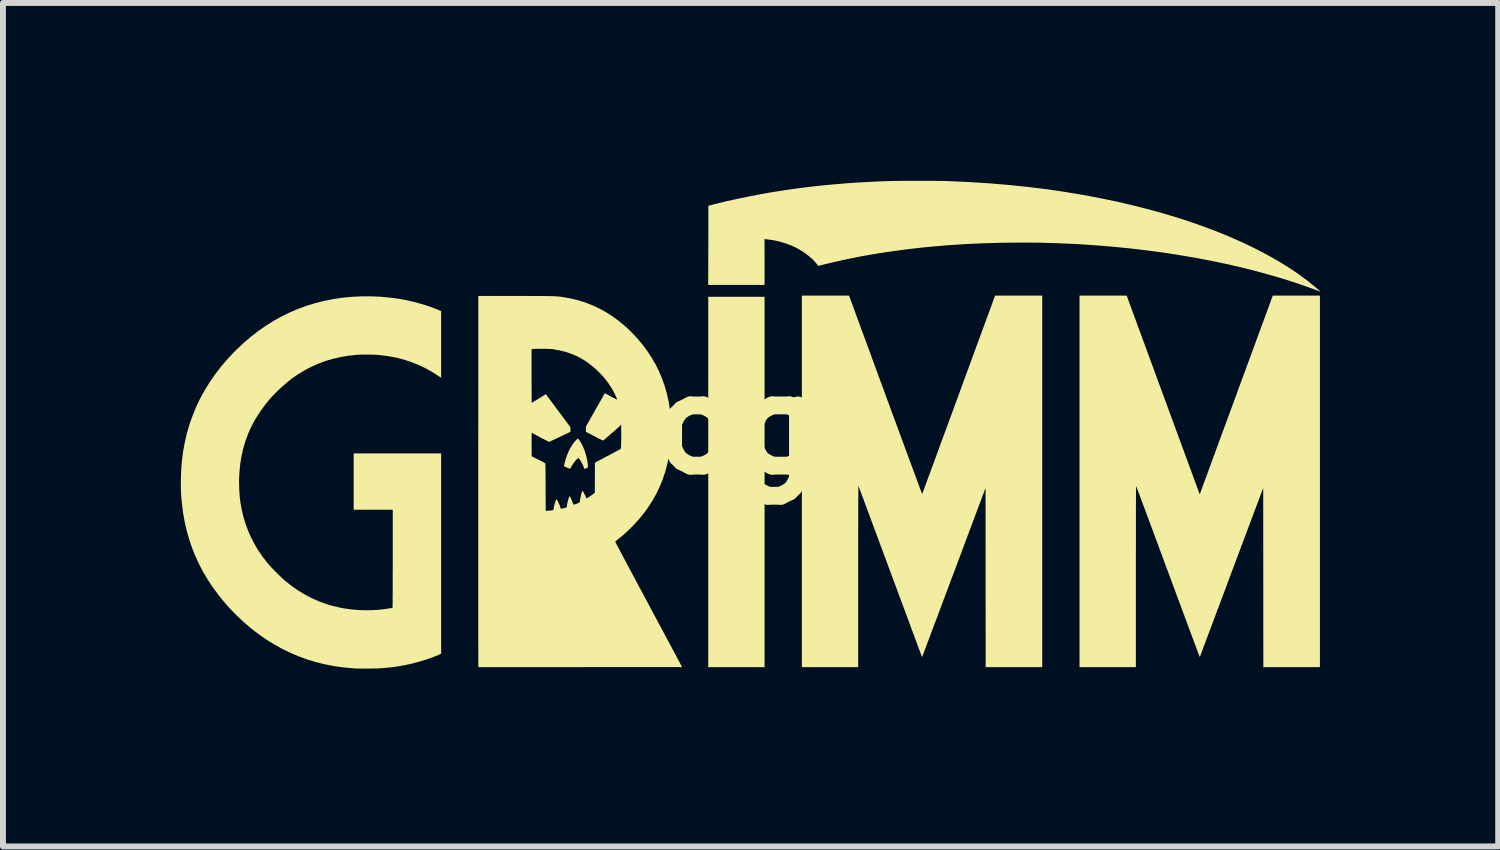
<source format=kicad_pcb>
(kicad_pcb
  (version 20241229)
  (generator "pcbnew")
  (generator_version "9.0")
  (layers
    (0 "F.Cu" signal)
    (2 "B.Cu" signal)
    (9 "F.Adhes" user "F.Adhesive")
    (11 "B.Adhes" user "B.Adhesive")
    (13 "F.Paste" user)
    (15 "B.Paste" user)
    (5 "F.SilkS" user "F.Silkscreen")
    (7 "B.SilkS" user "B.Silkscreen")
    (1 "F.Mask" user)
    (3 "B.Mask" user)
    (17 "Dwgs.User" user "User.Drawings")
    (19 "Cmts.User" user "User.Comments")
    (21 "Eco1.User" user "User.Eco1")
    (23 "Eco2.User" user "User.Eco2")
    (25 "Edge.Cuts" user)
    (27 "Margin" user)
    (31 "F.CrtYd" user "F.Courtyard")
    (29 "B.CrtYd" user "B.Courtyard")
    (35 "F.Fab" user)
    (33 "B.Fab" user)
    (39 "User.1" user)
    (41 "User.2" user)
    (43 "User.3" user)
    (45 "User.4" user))
  (footprint "logo"
    (layer "F.Cu")
    (at 9.682 4.114)
    (property "Reference" "logo" (at 0 0 0) (layer "F.SilkS") (effects (font (size 1.524 1.524) (thickness 0.3))))
    (attr board_only exclude_from_pos_files exclude_from_bom)
    (fp_poly (pts (xy 0.163 4.088) (xy -0.787 4.088) (xy -0.787 -2.158) (xy 0.163 -2.158)) (stroke (width 0) (type solid)) (fill yes) (layer "F.SilkS"))
    (fp_poly (pts (xy -2.979 0.237) (xy -2.97 0.247) (xy -2.958 0.263) (xy -2.945 0.284) (xy -2.931 0.308) (xy -2.917 0.334) (xy -2.903 0.363) (xy -2.89 0.391) (xy -2.88 0.415) (xy -2.866 0.454) (xy -2.853 0.496) (xy -2.841 0.541) (xy -2.831 0.586) (xy -2.824 0.628) (xy -2.819 0.667) (xy -2.817 0.701) (xy -2.817 0.703) (xy -2.817 0.712) (xy -2.819 0.719) (xy -2.824 0.724) (xy -2.834 0.729) (xy -2.85 0.736) (xy -2.853 0.737) (xy -2.874 0.745) (xy -2.883 0.725) (xy -2.888 0.713) (xy -2.891 0.704) (xy -2.892 0.702) (xy -2.894 0.694) (xy -2.9 0.682) (xy -2.908 0.665) (xy -2.919 0.645) (xy -2.93 0.625) (xy -2.942 0.606) (xy -2.953 0.588) (xy -2.963 0.574) (xy -2.97 0.565) (xy -2.972 0.563) (xy -2.979 0.563) (xy -2.989 0.569) (xy -3.002 0.58) (xy -3.018 0.595) (xy -3.034 0.615) (xy -3.051 0.637) (xy -3.068 0.661) (xy -3.084 0.686) (xy -3.087 0.691) (xy -3.095 0.705) (xy -3.101 0.717) (xy -3.104 0.724) (xy -3.104 0.725) (xy -3.107 0.73) (xy -3.112 0.735) (xy -3.116 0.738) (xy -3.12 0.74) (xy -3.126 0.739) (xy -3.136 0.736) (xy -3.15 0.73) (xy -3.169 0.723) (xy -3.187 0.715) (xy -3.203 0.708) (xy -3.214 0.703) (xy -3.219 0.7) (xy -3.219 0.7) (xy -3.219 0.693) (xy -3.217 0.681) (xy -3.214 0.662) (xy -3.208 0.64) (xy -3.202 0.616) (xy -3.194 0.59) (xy -3.186 0.563) (xy -3.183 0.553) (xy -3.154 0.476) (xy -3.119 0.403) (xy -3.079 0.336) (xy -3.057 0.305) (xy -3.046 0.291) (xy -3.033 0.275) (xy -3.019 0.261) (xy -3.006 0.248) (xy -2.995 0.239) (xy -2.987 0.234) (xy -2.986 0.233)) (stroke (width 0) (type solid)) (fill yes) (layer "F.SilkS"))
    (fp_poly (pts (xy 2.788 -4.114) (xy 2.856 -4.114) (xy 2.923 -4.114) (xy 2.988 -4.114) (xy 3.05 -4.113) (xy 3.107 -4.112) (xy 3.16 -4.112) (xy 3.207 -4.111) (xy 3.247 -4.11) (xy 3.267 -4.109) (xy 3.605 -4.094) (xy 3.938 -4.073) (xy 4.267 -4.046) (xy 4.59 -4.013) (xy 4.909 -3.974) (xy 5.224 -3.928) (xy 5.535 -3.876) (xy 5.646 -3.856) (xy 5.887 -3.809) (xy 6.125 -3.759) (xy 6.357 -3.705) (xy 6.585 -3.647) (xy 6.808 -3.587) (xy 7.026 -3.523) (xy 7.238 -3.457) (xy 7.445 -3.387) (xy 7.646 -3.314) (xy 7.841 -3.239) (xy 8.03 -3.161) (xy 8.213 -3.08) (xy 8.389 -2.996) (xy 8.558 -2.91) (xy 8.721 -2.822) (xy 8.877 -2.731) (xy 9.025 -2.638) (xy 9.166 -2.542) (xy 9.299 -2.445) (xy 9.424 -2.345) (xy 9.462 -2.313) (xy 9.486 -2.292) (xy 9.505 -2.276) (xy 9.518 -2.265) (xy 9.528 -2.256) (xy 9.533 -2.251) (xy 9.536 -2.248) (xy 9.537 -2.246) (xy 9.535 -2.246) (xy 9.535 -2.246) (xy 9.529 -2.247) (xy 9.529 -2.248) (xy 9.524 -2.25) (xy 9.513 -2.254) (xy 9.496 -2.261) (xy 9.475 -2.269) (xy 9.449 -2.278) (xy 9.42 -2.289) (xy 9.414 -2.291) (xy 9.19 -2.37) (xy 8.96 -2.446) (xy 8.722 -2.517) (xy 8.479 -2.584) (xy 8.229 -2.648) (xy 7.974 -2.707) (xy 7.713 -2.762) (xy 7.447 -2.813) (xy 7.177 -2.859) (xy 6.903 -2.902) (xy 6.624 -2.939) (xy 6.342 -2.973) (xy 6.057 -3.001) (xy 5.769 -3.025) (xy 5.479 -3.045) (xy 5.425 -3.048) (xy 5.109 -3.062) (xy 4.792 -3.071) (xy 4.475 -3.073) (xy 4.161 -3.07) (xy 3.848 -3.061) (xy 3.538 -3.047) (xy 3.232 -3.026) (xy 2.931 -3) (xy 2.75 -2.981) (xy 2.651 -2.97) (xy 2.549 -2.957) (xy 2.446 -2.944) (xy 2.342 -2.929) (xy 2.239 -2.915) (xy 2.138 -2.899) (xy 2.041 -2.884) (xy 1.948 -2.869) (xy 1.861 -2.853) (xy 1.787 -2.84) (xy 1.631 -2.809) (xy 1.485 -2.778) (xy 1.346 -2.747) (xy 1.215 -2.716) (xy 1.177 -2.707) (xy 1.069 -2.68) (xy 1.06 -2.691) (xy 1.046 -2.708) (xy 1.028 -2.73) (xy 1.008 -2.752) (xy 0.988 -2.775) (xy 0.969 -2.794) (xy 0.953 -2.809) (xy 0.876 -2.872) (xy 0.794 -2.929) (xy 0.708 -2.979) (xy 0.616 -3.023) (xy 0.52 -3.059) (xy 0.42 -3.089) (xy 0.316 -3.112) (xy 0.208 -3.127) (xy 0.178 -3.13) (xy 0.162 -3.132) (xy 0.163 -2.745) (xy 0.163 -2.358) (xy -0.788 -2.358) (xy -0.786 -3.026) (xy -0.785 -3.693) (xy -0.725 -3.709) (xy -0.612 -3.738) (xy -0.492 -3.767) (xy -0.366 -3.795) (xy -0.236 -3.823) (xy -0.102 -3.85) (xy 0.033 -3.877) (xy 0.169 -3.902) (xy 0.305 -3.925) (xy 0.439 -3.946) (xy 0.558 -3.964) (xy 0.727 -3.988) (xy 0.893 -4.009) (xy 1.059 -4.028) (xy 1.226 -4.045) (xy 1.394 -4.06) (xy 1.565 -4.074) (xy 1.741 -4.086) (xy 1.922 -4.096) (xy 2.109 -4.105) (xy 2.223 -4.109) (xy 2.256 -4.11) (xy 2.298 -4.111) (xy 2.345 -4.112) (xy 2.398 -4.113) (xy 2.456 -4.113) (xy 2.518 -4.114) (xy 2.584 -4.114) (xy 2.651 -4.114) (xy 2.719 -4.114)) (stroke (width 0) (type solid)) (fill yes) (layer "F.SilkS"))
    (fp_poly (pts (xy 1.593 -2.164) (xy 1.595 -2.159) (xy 1.599 -2.146) (xy 1.607 -2.126) (xy 1.616 -2.099) (xy 1.629 -2.066) (xy 1.644 -2.026) (xy 1.661 -1.979) (xy 1.68 -1.927) (xy 1.701 -1.868) (xy 1.725 -1.805) (xy 1.75 -1.736) (xy 1.777 -1.662) (xy 1.806 -1.583) (xy 1.837 -1.5) (xy 1.869 -1.412) (xy 1.903 -1.321) (xy 1.938 -1.226) (xy 1.974 -1.127) (xy 2.011 -1.025) (xy 2.05 -0.921) (xy 2.089 -0.813) (xy 2.129 -0.704) (xy 2.171 -0.592) (xy 2.208 -0.488) (xy 2.25 -0.375) (xy 2.291 -0.263) (xy 2.331 -0.154) (xy 2.371 -0.048) (xy 2.409 0.056) (xy 2.446 0.157) (xy 2.482 0.255) (xy 2.517 0.349) (xy 2.55 0.439) (xy 2.582 0.526) (xy 2.612 0.608) (xy 2.641 0.685) (xy 2.668 0.758) (xy 2.693 0.825) (xy 2.716 0.888) (xy 2.737 0.944) (xy 2.756 0.995) (xy 2.772 1.04) (xy 2.787 1.079) (xy 2.799 1.111) (xy 2.808 1.136) (xy 2.815 1.154) (xy 2.819 1.165) (xy 2.821 1.168) (xy 2.822 1.164) (xy 2.827 1.152) (xy 2.834 1.133) (xy 2.844 1.107) (xy 2.856 1.074) (xy 2.87 1.035) (xy 2.887 0.989) (xy 2.906 0.937) (xy 2.927 0.88) (xy 2.951 0.817) (xy 2.976 0.748) (xy 3.003 0.675) (xy 3.032 0.597) (xy 3.062 0.514) (xy 3.094 0.427) (xy 3.127 0.336) (xy 3.162 0.242) (xy 3.198 0.143) (xy 3.236 0.042) (xy 3.274 -0.063) (xy 3.314 -0.17) (xy 3.354 -0.28) (xy 3.395 -0.392) (xy 3.437 -0.505) (xy 3.437 -0.507) (xy 4.051 -2.179) (xy 4.846 -2.179) (xy 4.846 4.088) (xy 3.892 4.088) (xy 3.891 2.576) (xy 3.89 1.065) (xy 3.357 2.488) (xy 3.317 2.593) (xy 3.279 2.696) (xy 3.241 2.796) (xy 3.204 2.895) (xy 3.169 2.99) (xy 3.134 3.082) (xy 3.101 3.171) (xy 3.069 3.256) (xy 3.038 3.338) (xy 3.009 3.415) (xy 2.982 3.487) (xy 2.956 3.555) (xy 2.933 3.618) (xy 2.911 3.676) (xy 2.891 3.728) (xy 2.874 3.774) (xy 2.859 3.814) (xy 2.846 3.848) (xy 2.836 3.875) (xy 2.828 3.895) (xy 2.823 3.908) (xy 2.821 3.914) (xy 2.821 3.914) (xy 2.817 3.913) (xy 2.814 3.906) (xy 2.814 3.906) (xy 2.811 3.897) (xy 2.805 3.882) (xy 2.797 3.86) (xy 2.786 3.831) (xy 2.773 3.796) (xy 2.758 3.754) (xy 2.74 3.707) (xy 2.721 3.655) (xy 2.7 3.598) (xy 2.677 3.536) (xy 2.652 3.47) (xy 2.626 3.4) (xy 2.599 3.326) (xy 2.57 3.249) (xy 2.541 3.169) (xy 2.51 3.087) (xy 2.479 3.002) (xy 2.446 2.915) (xy 2.413 2.826) (xy 2.38 2.736) (xy 2.346 2.645) (xy 2.312 2.554) (xy 2.278 2.462) (xy 2.244 2.37) (xy 2.21 2.278) (xy 2.176 2.188) (xy 2.143 2.098) (xy 2.11 2.01) (xy 2.078 1.923) (xy 2.047 1.838) (xy 2.016 1.756) (xy 1.986 1.676) (xy 1.958 1.6) (xy 1.931 1.526) (xy 1.905 1.457) (xy 1.88 1.391) (xy 1.858 1.33) (xy 1.837 1.273) (xy 1.818 1.222) (xy 1.8 1.176) (xy 1.785 1.135) (xy 1.772 1.101) (xy 1.762 1.073) (xy 1.754 1.051) (xy 1.749 1.037) (xy 1.746 1.03) (xy 1.746 1.029) (xy 1.745 1.033) (xy 1.745 1.045) (xy 1.745 1.064) (xy 1.744 1.091) (xy 1.744 1.126) (xy 1.744 1.168) (xy 1.744 1.216) (xy 1.743 1.271) (xy 1.743 1.333) (xy 1.743 1.401) (xy 1.743 1.475) (xy 1.743 1.554) (xy 1.743 1.639) (xy 1.742 1.729) (xy 1.742 1.824) (xy 1.742 1.924) (xy 1.742 2.028) (xy 1.742 2.137) (xy 1.742 2.249) (xy 1.742 2.366) (xy 1.742 2.486) (xy 1.742 2.555) (xy 1.742 4.088) (xy 0.792 4.088) (xy 0.792 -2.179) (xy 1.587 -2.179)) (stroke (width 0) (type solid)) (fill yes) (layer "F.SilkS"))
    (fp_poly (pts (xy 6.283 -2.145) (xy 6.287 -2.134) (xy 6.293 -2.116) (xy 6.302 -2.091) (xy 6.314 -2.059) (xy 6.328 -2.021) (xy 6.344 -1.977) (xy 6.362 -1.927) (xy 6.383 -1.872) (xy 6.405 -1.812) (xy 6.429 -1.747) (xy 6.454 -1.677) (xy 6.481 -1.604) (xy 6.509 -1.527) (xy 6.539 -1.446) (xy 6.57 -1.362) (xy 6.602 -1.275) (xy 6.635 -1.186) (xy 6.668 -1.094) (xy 6.703 -1.001) (xy 6.738 -0.905) (xy 6.773 -0.809) (xy 6.809 -0.711) (xy 6.845 -0.613) (xy 6.881 -0.515) (xy 6.918 -0.416) (xy 6.954 -0.318) (xy 6.99 -0.22) (xy 7.025 -0.123) (xy 7.061 -0.027) (xy 7.095 0.067) (xy 7.129 0.16) (xy 7.163 0.25) (xy 7.195 0.338) (xy 7.226 0.423) (xy 7.256 0.505) (xy 7.285 0.584) (xy 7.313 0.659) (xy 7.339 0.73) (xy 7.364 0.797) (xy 7.386 0.859) (xy 7.407 0.916) (xy 7.426 0.968) (xy 7.444 1.014) (xy 7.458 1.055) (xy 7.471 1.089) (xy 7.481 1.117) (xy 7.489 1.138) (xy 7.494 1.151) (xy 7.497 1.158) (xy 7.497 1.158) (xy 7.503 1.173) (xy 7.507 1.16) (xy 7.509 1.156) (xy 7.513 1.143) (xy 7.521 1.124) (xy 7.53 1.097) (xy 7.543 1.064) (xy 7.557 1.024) (xy 7.574 0.977) (xy 7.594 0.925) (xy 7.615 0.867) (xy 7.638 0.804) (xy 7.663 0.735) (xy 7.691 0.661) (xy 7.719 0.582) (xy 7.75 0.499) (xy 7.782 0.412) (xy 7.815 0.321) (xy 7.85 0.226) (xy 7.886 0.128) (xy 7.924 0.026) (xy 7.962 -0.078) (xy 8.002 -0.185) (xy 8.042 -0.295) (xy 8.083 -0.406) (xy 8.119 -0.504) (xy 8.16 -0.618) (xy 8.201 -0.729) (xy 8.242 -0.838) (xy 8.281 -0.945) (xy 8.319 -1.049) (xy 8.356 -1.15) (xy 8.392 -1.248) (xy 8.427 -1.342) (xy 8.46 -1.433) (xy 8.492 -1.519) (xy 8.522 -1.602) (xy 8.551 -1.68) (xy 8.578 -1.753) (xy 8.603 -1.821) (xy 8.626 -1.883) (xy 8.647 -1.941) (xy 8.666 -1.992) (xy 8.682 -2.037) (xy 8.697 -2.076) (xy 8.708 -2.109) (xy 8.718 -2.134) (xy 8.725 -2.153) (xy 8.729 -2.164) (xy 8.73 -2.168) (xy 8.734 -2.179) (xy 9.529 -2.179) (xy 9.529 4.088) (xy 8.575 4.088) (xy 8.574 2.576) (xy 8.573 1.065) (xy 8.05 2.458) (xy 8.011 2.563) (xy 7.973 2.665) (xy 7.936 2.765) (xy 7.899 2.863) (xy 7.863 2.958) (xy 7.829 3.05) (xy 7.795 3.139) (xy 7.763 3.224) (xy 7.733 3.306) (xy 7.704 3.383) (xy 7.677 3.456) (xy 7.651 3.524) (xy 7.627 3.587) (xy 7.606 3.645) (xy 7.586 3.698) (xy 7.568 3.744) (xy 7.553 3.785) (xy 7.54 3.819) (xy 7.53 3.846) (xy 7.523 3.866) (xy 7.518 3.88) (xy 7.516 3.885) (xy 7.509 3.902) (xy 7.504 3.911) (xy 7.5 3.913) (xy 7.5 3.912) (xy 7.498 3.908) (xy 7.494 3.896) (xy 7.486 3.877) (xy 7.477 3.85) (xy 7.464 3.818) (xy 7.45 3.778) (xy 7.433 3.733) (xy 7.414 3.682) (xy 7.393 3.625) (xy 7.369 3.563) (xy 7.344 3.495) (xy 7.318 3.423) (xy 7.289 3.347) (xy 7.259 3.266) (xy 7.228 3.181) (xy 7.195 3.092) (xy 7.161 3) (xy 7.125 2.905) (xy 7.089 2.807) (xy 7.052 2.707) (xy 7.014 2.604) (xy 6.975 2.499) (xy 6.967 2.477) (xy 6.927 2.372) (xy 6.889 2.268) (xy 6.852 2.167) (xy 6.815 2.068) (xy 6.779 1.972) (xy 6.745 1.88) (xy 6.712 1.79) (xy 6.68 1.704) (xy 6.649 1.622) (xy 6.621 1.544) (xy 6.593 1.471) (xy 6.568 1.402) (xy 6.544 1.339) (xy 6.522 1.28) (xy 6.503 1.227) (xy 6.485 1.18) (xy 6.47 1.139) (xy 6.457 1.105) (xy 6.447 1.077) (xy 6.439 1.056) (xy 6.434 1.042) (xy 6.431 1.036) (xy 6.431 1.035) (xy 6.431 1.035) (xy 6.43 1.038) (xy 6.43 1.043) (xy 6.429 1.051) (xy 6.429 1.062) (xy 6.429 1.076) (xy 6.428 1.094) (xy 6.428 1.116) (xy 6.428 1.142) (xy 6.427 1.172) (xy 6.427 1.207) (xy 6.427 1.246) (xy 6.427 1.29) (xy 6.427 1.339) (xy 6.426 1.394) (xy 6.426 1.454) (xy 6.426 1.52) (xy 6.426 1.593) (xy 6.426 1.671) (xy 6.426 1.756) (xy 6.426 1.848) (xy 6.426 1.947) (xy 6.426 2.053) (xy 6.425 2.166) (xy 6.425 2.287) (xy 6.425 2.416) (xy 6.425 2.553) (xy 6.425 2.555) (xy 6.425 4.088) (xy 5.475 4.088) (xy 5.475 -2.179) (xy 6.27 -2.179)) (stroke (width 0) (type solid)) (fill yes) (layer "F.SilkS"))
    (fp_poly (pts (xy -6.307 -2.159) (xy -6.142 -2.143) (xy -6.077 -2.135) (xy -5.975 -2.12) (xy -5.872 -2.1) (xy -5.768 -2.076) (xy -5.664 -2.049) (xy -5.563 -2.019) (xy -5.467 -1.987) (xy -5.375 -1.952) (xy -5.311 -1.925) (xy -5.292 -1.916) (xy -5.292 -0.791) (xy -5.303 -0.799) (xy -5.348 -0.829) (xy -5.388 -0.855) (xy -5.423 -0.877) (xy -5.456 -0.898) (xy -5.487 -0.916) (xy -5.518 -0.933) (xy -5.55 -0.95) (xy -5.582 -0.966) (xy -5.698 -1.019) (xy -5.816 -1.065) (xy -5.937 -1.104) (xy -6.062 -1.135) (xy -6.19 -1.158) (xy -6.323 -1.175) (xy -6.368 -1.179) (xy -6.393 -1.181) (xy -6.424 -1.182) (xy -6.46 -1.183) (xy -6.499 -1.183) (xy -6.541 -1.183) (xy -6.582 -1.183) (xy -6.622 -1.183) (xy -6.659 -1.182) (xy -6.691 -1.181) (xy -6.716 -1.179) (xy -6.719 -1.179) (xy -6.855 -1.165) (xy -6.987 -1.142) (xy -7.115 -1.113) (xy -7.24 -1.076) (xy -7.361 -1.031) (xy -7.479 -0.979) (xy -7.593 -0.92) (xy -7.703 -0.853) (xy -7.81 -0.779) (xy -7.815 -0.775) (xy -7.867 -0.734) (xy -7.922 -0.688) (xy -7.978 -0.638) (xy -8.034 -0.587) (xy -8.087 -0.535) (xy -8.137 -0.483) (xy -8.181 -0.434) (xy -8.191 -0.423) (xy -8.268 -0.327) (xy -8.34 -0.228) (xy -8.406 -0.126) (xy -8.465 -0.023) (xy -8.516 0.081) (xy -8.55 0.159) (xy -8.594 0.279) (xy -8.63 0.402) (xy -8.659 0.528) (xy -8.68 0.657) (xy -8.693 0.789) (xy -8.7 0.924) (xy -8.7 0.971) (xy -8.697 1.093) (xy -8.689 1.211) (xy -8.675 1.324) (xy -8.655 1.435) (xy -8.629 1.544) (xy -8.596 1.653) (xy -8.592 1.667) (xy -8.549 1.784) (xy -8.499 1.897) (xy -8.443 2.006) (xy -8.38 2.113) (xy -8.309 2.217) (xy -8.231 2.319) (xy -8.205 2.35) (xy -8.185 2.372) (xy -8.161 2.399) (xy -8.133 2.429) (xy -8.102 2.461) (xy -8.069 2.494) (xy -8.036 2.526) (xy -8.004 2.557) (xy -7.974 2.586) (xy -7.946 2.612) (xy -7.923 2.632) (xy -7.917 2.637) (xy -7.811 2.721) (xy -7.702 2.796) (xy -7.591 2.863) (xy -7.478 2.923) (xy -7.361 2.975) (xy -7.242 3.019) (xy -7.119 3.056) (xy -6.993 3.085) (xy -6.927 3.097) (xy -6.813 3.113) (xy -6.697 3.124) (xy -6.58 3.128) (xy -6.463 3.127) (xy -6.348 3.121) (xy -6.237 3.108) (xy -6.16 3.096) (xy -6.142 3.093) (xy -6.126 3.09) (xy -6.115 3.088) (xy -6.111 3.088) (xy -6.111 3.083) (xy -6.111 3.071) (xy -6.111 3.052) (xy -6.11 3.025) (xy -6.11 2.992) (xy -6.11 2.952) (xy -6.11 2.906) (xy -6.109 2.855) (xy -6.109 2.798) (xy -6.109 2.737) (xy -6.109 2.671) (xy -6.109 2.602) (xy -6.109 2.528) (xy -6.108 2.452) (xy -6.108 2.373) (xy -6.108 2.291) (xy -6.108 2.26) (xy -6.108 1.433) (xy -6.767 1.433) (xy -6.767 0.483) (xy -5.292 0.483) (xy -5.292 3.861) (xy -5.324 3.876) (xy -5.355 3.89) (xy -5.39 3.904) (xy -5.429 3.919) (xy -5.474 3.935) (xy -5.525 3.953) (xy -5.535 3.956) (xy -5.663 3.996) (xy -5.791 4.03) (xy -5.92 4.057) (xy -6.053 4.08) (xy -6.189 4.096) (xy -6.331 4.108) (xy -6.331 4.108) (xy -6.348 4.109) (xy -6.372 4.11) (xy -6.402 4.11) (xy -6.435 4.111) (xy -6.472 4.111) (xy -6.511 4.112) (xy -6.55 4.112) (xy -6.589 4.112) (xy -6.625 4.112) (xy -6.659 4.111) (xy -6.689 4.111) (xy -6.713 4.111) (xy -6.73 4.11) (xy -6.733 4.11) (xy -6.799 4.105) (xy -6.858 4.1) (xy -6.912 4.095) (xy -6.962 4.089) (xy -7.011 4.083) (xy -7.059 4.076) (xy -7.092 4.071) (xy -7.247 4.041) (xy -7.399 4.004) (xy -7.548 3.959) (xy -7.693 3.906) (xy -7.836 3.846) (xy -7.975 3.778) (xy -8.112 3.702) (xy -8.245 3.619) (xy -8.26 3.609) (xy -8.384 3.522) (xy -8.506 3.427) (xy -8.624 3.325) (xy -8.738 3.219) (xy -8.847 3.107) (xy -8.951 2.99) (xy -9.048 2.87) (xy -9.139 2.747) (xy -9.222 2.622) (xy -9.231 2.608) (xy -9.308 2.478) (xy -9.377 2.345) (xy -9.44 2.21) (xy -9.494 2.072) (xy -9.542 1.931) (xy -9.583 1.787) (xy -9.617 1.639) (xy -9.644 1.487) (xy -9.664 1.33) (xy -9.676 1.202) (xy -9.679 1.148) (xy -9.681 1.087) (xy -9.682 1.021) (xy -9.681 0.952) (xy -9.68 0.881) (xy -9.678 0.81) (xy -9.674 0.741) (xy -9.67 0.676) (xy -9.665 0.616) (xy -9.664 0.613) (xy -9.644 0.454) (xy -9.616 0.298) (xy -9.58 0.145) (xy -9.537 -0.005) (xy -9.485 -0.151) (xy -9.426 -0.295) (xy -9.36 -0.436) (xy -9.285 -0.573) (xy -9.203 -0.707) (xy -9.113 -0.838) (xy -9.016 -0.966) (xy -8.911 -1.09) (xy -8.799 -1.211) (xy -8.741 -1.269) (xy -8.621 -1.382) (xy -8.498 -1.487) (xy -8.372 -1.584) (xy -8.243 -1.674) (xy -8.111 -1.756) (xy -7.977 -1.83) (xy -7.839 -1.897) (xy -7.698 -1.957) (xy -7.567 -2.005) (xy -7.418 -2.051) (xy -7.267 -2.089) (xy -7.112 -2.119) (xy -6.955 -2.143) (xy -6.795 -2.158) (xy -6.634 -2.166) (xy -6.471 -2.166)) (stroke (width 0) (type solid)) (fill yes) (layer "F.SilkS"))
    (fp_poly (pts (xy -4.037 -2.173) (xy -3.95 -2.173) (xy -3.871 -2.173) (xy -3.799 -2.172) (xy -3.734 -2.172) (xy -3.675 -2.172) (xy -3.622 -2.172) (xy -3.576 -2.172) (xy -3.534 -2.171) (xy -3.496 -2.171) (xy -3.463 -2.17) (xy -3.434 -2.17) (xy -3.408 -2.169) (xy -3.385 -2.168) (xy -3.364 -2.167) (xy -3.345 -2.166) (xy -3.328 -2.164) (xy -3.311 -2.163) (xy -3.295 -2.161) (xy -3.279 -2.159) (xy -3.263 -2.157) (xy -3.246 -2.154) (xy -3.229 -2.152) (xy -3.102 -2.129) (xy -2.978 -2.099) (xy -2.858 -2.061) (xy -2.741 -2.015) (xy -2.627 -1.962) (xy -2.516 -1.902) (xy -2.408 -1.833) (xy -2.303 -1.757) (xy -2.201 -1.673) (xy -2.102 -1.581) (xy -2.088 -1.567) (xy -1.99 -1.464) (xy -1.901 -1.359) (xy -1.819 -1.25) (xy -1.745 -1.138) (xy -1.678 -1.023) (xy -1.619 -0.904) (xy -1.567 -0.781) (xy -1.522 -0.655) (xy -1.485 -0.525) (xy -1.455 -0.39) (xy -1.432 -0.251) (xy -1.423 -0.173) (xy -1.42 -0.146) (xy -1.418 -0.112) (xy -1.417 -0.073) (xy -1.415 -0.029) (xy -1.414 0.016) (xy -1.413 0.063) (xy -1.413 0.108) (xy -1.413 0.152) (xy -1.414 0.192) (xy -1.415 0.227) (xy -1.416 0.252) (xy -1.43 0.394) (xy -1.45 0.532) (xy -1.478 0.665) (xy -1.513 0.795) (xy -1.556 0.922) (xy -1.606 1.044) (xy -1.663 1.164) (xy -1.728 1.28) (xy -1.8 1.392) (xy -1.858 1.473) (xy -1.921 1.552) (xy -1.989 1.631) (xy -2.061 1.708) (xy -2.137 1.783) (xy -2.213 1.852) (xy -2.289 1.916) (xy -2.317 1.937) (xy -2.332 1.95) (xy -2.345 1.961) (xy -2.353 1.969) (xy -2.356 1.973) (xy -2.354 1.978) (xy -2.348 1.989) (xy -2.339 2.007) (xy -2.326 2.031) (xy -2.309 2.062) (xy -2.29 2.098) (xy -2.268 2.14) (xy -2.243 2.187) (xy -2.215 2.24) (xy -2.184 2.297) (xy -2.152 2.358) (xy -2.117 2.424) (xy -2.08 2.493) (xy -2.041 2.566) (xy -2 2.642) (xy -1.958 2.722) (xy -1.914 2.803) (xy -1.869 2.888) (xy -1.823 2.974) (xy -1.792 3.031) (xy -1.745 3.119) (xy -1.7 3.204) (xy -1.655 3.288) (xy -1.612 3.368) (xy -1.57 3.446) (xy -1.53 3.521) (xy -1.492 3.593) (xy -1.455 3.661) (xy -1.421 3.725) (xy -1.389 3.785) (xy -1.36 3.84) (xy -1.333 3.89) (xy -1.309 3.936) (xy -1.287 3.976) (xy -1.269 4.01) (xy -1.254 4.038) (xy -1.243 4.06) (xy -1.234 4.075) (xy -1.23 4.084) (xy -1.229 4.085) (xy -1.233 4.086) (xy -1.245 4.086) (xy -1.265 4.086) (xy -1.293 4.086) (xy -1.328 4.086) (xy -1.369 4.086) (xy -1.418 4.086) (xy -1.472 4.086) (xy -1.533 4.087) (xy -1.6 4.087) (xy -1.672 4.087) (xy -1.75 4.087) (xy -1.833 4.087) (xy -1.92 4.087) (xy -2.012 4.087) (xy -2.108 4.087) (xy -2.208 4.087) (xy -2.312 4.087) (xy -2.419 4.087) (xy -2.529 4.087) (xy -2.642 4.087) (xy -2.758 4.087) (xy -2.876 4.087) (xy -2.946 4.088) (xy -4.662 4.088) (xy -4.664 4.066) (xy -4.665 4.06) (xy -4.665 4.047) (xy -4.665 4.026) (xy -4.665 3.997) (xy -4.665 3.96) (xy -4.665 3.916) (xy -4.665 3.865) (xy -4.665 3.807) (xy -4.665 3.743) (xy -4.666 3.672) (xy -4.666 3.595) (xy -4.666 3.511) (xy -4.666 3.422) (xy -4.666 3.327) (xy -4.666 3.227) (xy -4.666 3.121) (xy -4.666 3.011) (xy -4.666 2.896) (xy -4.666 2.776) (xy -4.666 2.651) (xy -4.666 2.522) (xy -4.666 2.39) (xy -4.666 2.253) (xy -4.666 2.113) (xy -4.666 1.97) (xy -4.666 1.823) (xy -4.666 1.674) (xy -4.666 1.521) (xy -4.666 1.366) (xy -4.666 1.209) (xy -4.666 1.05) (xy -4.666 0.935) (xy -4.665 -0.823) (xy -3.767 -0.823) (xy -3.767 -0.762) (xy -3.767 -0.704) (xy -3.766 -0.649) (xy -3.766 -0.597) (xy -3.766 -0.549) (xy -3.766 -0.506) (xy -3.765 -0.467) (xy -3.765 -0.435) (xy -3.765 -0.408) (xy -3.764 -0.388) (xy -3.764 -0.376) (xy -3.763 -0.371) (xy -3.763 -0.371) (xy -3.759 -0.373) (xy -3.748 -0.379) (xy -3.733 -0.388) (xy -3.714 -0.4) (xy -3.692 -0.413) (xy -3.681 -0.42) (xy -3.655 -0.436) (xy -3.629 -0.452) (xy -3.604 -0.468) (xy -3.583 -0.481) (xy -3.566 -0.491) (xy -3.564 -0.493) (xy -3.526 -0.516) (xy -3.319 -0.238) (xy -3.112 0.04) (xy -3.112 0.12) (xy -3.289 0.204) (xy -3.324 0.221) (xy -3.358 0.236) (xy -3.389 0.251) (xy -3.416 0.263) (xy -3.439 0.274) (xy -3.456 0.281) (xy -3.468 0.286) (xy -3.472 0.288) (xy -3.477 0.286) (xy -3.489 0.28) (xy -3.505 0.272) (xy -3.526 0.261) (xy -3.55 0.249) (xy -3.577 0.235) (xy -3.605 0.221) (xy -3.633 0.206) (xy -3.66 0.191) (xy -3.685 0.178) (xy -3.707 0.165) (xy -3.726 0.155) (xy -3.74 0.147) (xy -3.746 0.143) (xy -3.756 0.137) (xy -3.763 0.134) (xy -3.764 0.133) (xy -3.764 0.137) (xy -3.765 0.149) (xy -3.765 0.167) (xy -3.766 0.191) (xy -3.766 0.221) (xy -3.766 0.254) (xy -3.766 0.291) (xy -3.766 0.331) (xy -3.766 0.332) (xy -3.765 0.531) (xy -3.653 0.588) (xy -3.623 0.602) (xy -3.597 0.616) (xy -3.574 0.629) (xy -3.556 0.639) (xy -3.543 0.647) (xy -3.537 0.652) (xy -3.536 0.652) (xy -3.535 0.656) (xy -3.534 0.664) (xy -3.534 0.678) (xy -3.533 0.696) (xy -3.533 0.72) (xy -3.532 0.751) (xy -3.532 0.787) (xy -3.531 0.83) (xy -3.531 0.881) (xy -3.53 0.938) (xy -3.53 1.004) (xy -3.53 1.057) (xy -3.529 1.453) (xy -3.503 1.451) (xy -3.486 1.45) (xy -3.465 1.448) (xy -3.444 1.446) (xy -3.44 1.445) (xy -3.423 1.443) (xy -3.409 1.44) (xy -3.401 1.438) (xy -3.4 1.437) (xy -3.398 1.431) (xy -3.396 1.419) (xy -3.393 1.403) (xy -3.392 1.397) (xy -3.389 1.378) (xy -3.383 1.356) (xy -3.377 1.332) (xy -3.37 1.31) (xy -3.364 1.29) (xy -3.357 1.274) (xy -3.352 1.264) (xy -3.348 1.259) (xy -3.344 1.26) (xy -3.338 1.266) (xy -3.329 1.28) (xy -3.319 1.299) (xy -3.308 1.322) (xy -3.298 1.346) (xy -3.289 1.369) (xy -3.285 1.38) (xy -3.279 1.4) (xy -3.273 1.412) (xy -3.268 1.417) (xy -3.268 1.417) (xy -3.262 1.416) (xy -3.25 1.413) (xy -3.235 1.41) (xy -3.218 1.405) (xy -3.202 1.401) (xy -3.188 1.398) (xy -3.179 1.395) (xy -3.176 1.394) (xy -3.175 1.39) (xy -3.173 1.379) (xy -3.171 1.365) (xy -3.171 1.362) (xy -3.167 1.341) (xy -3.162 1.317) (xy -3.156 1.292) (xy -3.15 1.268) (xy -3.144 1.246) (xy -3.137 1.228) (xy -3.132 1.214) (xy -3.127 1.206) (xy -3.125 1.204) (xy -3.121 1.208) (xy -3.115 1.218) (xy -3.107 1.233) (xy -3.098 1.252) (xy -3.089 1.273) (xy -3.08 1.294) (xy -3.077 1.303) (xy -3.07 1.321) (xy -3.064 1.336) (xy -3.059 1.345) (xy -3.056 1.348) (xy -3.05 1.348) (xy -3.039 1.344) (xy -3.024 1.339) (xy -3.007 1.332) (xy -2.99 1.325) (xy -2.974 1.318) (xy -2.962 1.312) (xy -2.955 1.307) (xy -2.954 1.306) (xy -2.953 1.296) (xy -2.951 1.279) (xy -2.948 1.259) (xy -2.944 1.237) (xy -2.94 1.215) (xy -2.935 1.194) (xy -2.931 1.178) (xy -2.931 1.176) (xy -2.924 1.151) (xy -2.918 1.133) (xy -2.913 1.122) (xy -2.909 1.117) (xy -2.908 1.117) (xy -2.903 1.12) (xy -2.896 1.13) (xy -2.887 1.145) (xy -2.877 1.165) (xy -2.866 1.186) (xy -2.855 1.209) (xy -2.846 1.23) (xy -2.842 1.238) (xy -2.838 1.242) (xy -2.833 1.239) (xy -2.823 1.233) (xy -2.808 1.224) (xy -2.791 1.213) (xy -2.773 1.2) (xy -2.755 1.188) (xy -2.739 1.176) (xy -2.726 1.166) (xy -2.724 1.165) (xy -2.7 1.146) (xy -2.698 0.64) (xy -2.667 0.623) (xy -2.657 0.617) (xy -2.64 0.608) (xy -2.618 0.597) (xy -2.591 0.582) (xy -2.561 0.566) (xy -2.527 0.548) (xy -2.491 0.529) (xy -2.453 0.51) (xy -2.452 0.509) (xy -2.416 0.49) (xy -2.382 0.472) (xy -2.351 0.455) (xy -2.324 0.441) (xy -2.301 0.428) (xy -2.283 0.419) (xy -2.271 0.412) (xy -2.266 0.409) (xy -2.266 0.409) (xy -2.264 0.403) (xy -2.261 0.391) (xy -2.257 0.373) (xy -2.253 0.351) (xy -2.249 0.325) (xy -2.245 0.299) (xy -2.241 0.272) (xy -2.238 0.246) (xy -2.235 0.222) (xy -2.234 0.205) (xy -2.232 0.182) (xy -2.231 0.155) (xy -2.23 0.126) (xy -2.229 0.096) (xy -2.229 0.067) (xy -2.229 0.041) (xy -2.23 0.018) (xy -2.231 0.001) (xy -2.232 -0.008) (xy -2.235 -0.022) (xy -2.262 0.005) (xy -2.273 0.016) (xy -2.288 0.03) (xy -2.307 0.047) (xy -2.33 0.067) (xy -2.354 0.089) (xy -2.38 0.112) (xy -2.407 0.136) (xy -2.434 0.159) (xy -2.46 0.182) (xy -2.485 0.203) (xy -2.507 0.222) (xy -2.526 0.239) (xy -2.541 0.251) (xy -2.552 0.26) (xy -2.557 0.263) (xy -2.557 0.263) (xy -2.56 0.264) (xy -2.565 0.263) (xy -2.573 0.261) (xy -2.584 0.256) (xy -2.599 0.249) (xy -2.618 0.24) (xy -2.643 0.227) (xy -2.674 0.211) (xy -2.708 0.193) (xy -2.85 0.119) (xy -2.85 0.03) (xy -2.691 -0.251) (xy -2.666 -0.295) (xy -2.642 -0.338) (xy -2.619 -0.377) (xy -2.599 -0.413) (xy -2.58 -0.446) (xy -2.564 -0.474) (xy -2.551 -0.497) (xy -2.541 -0.515) (xy -2.534 -0.527) (xy -2.531 -0.532) (xy -2.531 -0.532) (xy -2.528 -0.531) (xy -2.518 -0.526) (xy -2.503 -0.518) (xy -2.484 -0.508) (xy -2.464 -0.497) (xy -2.427 -0.476) (xy -2.395 -0.459) (xy -2.368 -0.445) (xy -2.348 -0.435) (xy -2.333 -0.428) (xy -2.326 -0.426) (xy -2.325 -0.426) (xy -2.325 -0.43) (xy -2.328 -0.441) (xy -2.334 -0.456) (xy -2.343 -0.476) (xy -2.353 -0.499) (xy -2.366 -0.524) (xy -2.379 -0.549) (xy -2.392 -0.575) (xy -2.406 -0.599) (xy -2.419 -0.621) (xy -2.472 -0.702) (xy -2.532 -0.78) (xy -2.598 -0.855) (xy -2.669 -0.925) (xy -2.744 -0.99) (xy -2.822 -1.05) (xy -2.903 -1.103) (xy -2.986 -1.149) (xy -3.033 -1.171) (xy -3.114 -1.203) (xy -3.199 -1.231) (xy -3.288 -1.253) (xy -3.382 -1.27) (xy -3.405 -1.274) (xy -3.423 -1.276) (xy -3.443 -1.278) (xy -3.465 -1.279) (xy -3.491 -1.28) (xy -3.522 -1.281) (xy -3.559 -1.281) (xy -3.587 -1.281) (xy -3.621 -1.281) (xy -3.653 -1.281) (xy -3.682 -1.28) (xy -3.707 -1.28) (xy -3.727 -1.279) (xy -3.74 -1.278) (xy -3.743 -1.278) (xy -3.767 -1.274) (xy -3.767 -0.823) (xy -4.665 -0.823) (xy -4.665 -2.173)) (stroke (width 0) (type solid)) (fill yes) (layer "F.SilkS")))
  (gr_rect
    (start -3 -3)
    (end 22.218 11.226)
    (stroke (width 0.1) (type default))
    (fill no)
    (layer "Edge.Cuts")))
</source>
